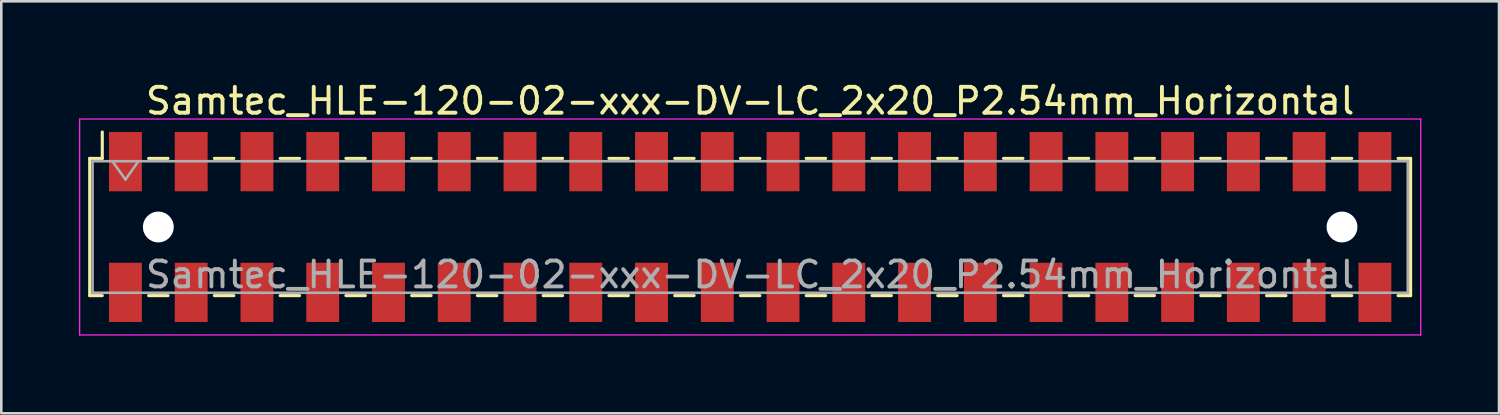
<source format=kicad_pcb>
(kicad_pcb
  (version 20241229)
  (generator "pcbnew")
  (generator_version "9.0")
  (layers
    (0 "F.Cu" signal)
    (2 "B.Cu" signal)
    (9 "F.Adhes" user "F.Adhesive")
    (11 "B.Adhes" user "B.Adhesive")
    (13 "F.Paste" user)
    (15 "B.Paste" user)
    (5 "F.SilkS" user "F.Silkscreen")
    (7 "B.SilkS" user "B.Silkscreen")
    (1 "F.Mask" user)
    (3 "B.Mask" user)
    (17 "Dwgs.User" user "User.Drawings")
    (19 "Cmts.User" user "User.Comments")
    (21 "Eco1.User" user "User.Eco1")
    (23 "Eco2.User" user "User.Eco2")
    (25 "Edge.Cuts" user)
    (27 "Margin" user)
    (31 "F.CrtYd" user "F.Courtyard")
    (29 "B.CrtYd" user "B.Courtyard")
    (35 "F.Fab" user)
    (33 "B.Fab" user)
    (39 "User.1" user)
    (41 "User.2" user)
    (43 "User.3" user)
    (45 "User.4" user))
  (footprint "Samtec_HLE-120-02-xxx-DV-LC_2x20_P2.54mm_Horizontal"
    (layer "F.Cu")
    (at 25.925 5.718)
    (property "Reference" "Samtec_HLE-120-02-xxx-DV-LC_2x20_P2.54mm_Horizontal" (at 0 -4.87 0) (layer "F.SilkS") (effects (font (size 1 1) (thickness 0.15))))
    (attr smd)
    (fp_line (start -25.51 -2.65) (end -25.51 2.65) (stroke (width 0.12) (type solid)) (layer "F.SilkS"))
    (fp_line (start -25.51 2.65) (end -25.025 2.65) (stroke (width 0.12) (type solid)) (layer "F.SilkS"))
    (fp_line (start -25.025 -3.67) (end -25.025 -2.65) (stroke (width 0.12) (type solid)) (layer "F.SilkS"))
    (fp_line (start -25.025 -2.65) (end -25.51 -2.65) (stroke (width 0.12) (type solid)) (layer "F.SilkS"))
    (fp_line (start -23.235 -2.65) (end -22.485 -2.65) (stroke (width 0.12) (type solid)) (layer "F.SilkS"))
    (fp_line (start -23.235 2.65) (end -22.485 2.65) (stroke (width 0.12) (type solid)) (layer "F.SilkS"))
    (fp_line (start -20.695 -2.65) (end -19.945 -2.65) (stroke (width 0.12) (type solid)) (layer "F.SilkS"))
    (fp_line (start -20.695 2.65) (end -19.945 2.65) (stroke (width 0.12) (type solid)) (layer "F.SilkS"))
    (fp_line (start -18.155 -2.65) (end -17.405 -2.65) (stroke (width 0.12) (type solid)) (layer "F.SilkS"))
    (fp_line (start -18.155 2.65) (end -17.405 2.65) (stroke (width 0.12) (type solid)) (layer "F.SilkS"))
    (fp_line (start -15.615 -2.65) (end -14.865 -2.65) (stroke (width 0.12) (type solid)) (layer "F.SilkS"))
    (fp_line (start -15.615 2.65) (end -14.865 2.65) (stroke (width 0.12) (type solid)) (layer "F.SilkS"))
    (fp_line (start -13.075 -2.65) (end -12.325 -2.65) (stroke (width 0.12) (type solid)) (layer "F.SilkS"))
    (fp_line (start -13.075 2.65) (end -12.325 2.65) (stroke (width 0.12) (type solid)) (layer "F.SilkS"))
    (fp_line (start -10.535 -2.65) (end -9.785 -2.65) (stroke (width 0.12) (type solid)) (layer "F.SilkS"))
    (fp_line (start -10.535 2.65) (end -9.785 2.65) (stroke (width 0.12) (type solid)) (layer "F.SilkS"))
    (fp_line (start -7.995 -2.65) (end -7.245 -2.65) (stroke (width 0.12) (type solid)) (layer "F.SilkS"))
    (fp_line (start -7.995 2.65) (end -7.245 2.65) (stroke (width 0.12) (type solid)) (layer "F.SilkS"))
    (fp_line (start -5.455 -2.65) (end -4.705 -2.65) (stroke (width 0.12) (type solid)) (layer "F.SilkS"))
    (fp_line (start -5.455 2.65) (end -4.705 2.65) (stroke (width 0.12) (type solid)) (layer "F.SilkS"))
    (fp_line (start -2.915 -2.65) (end -2.165 -2.65) (stroke (width 0.12) (type solid)) (layer "F.SilkS"))
    (fp_line (start -2.915 2.65) (end -2.165 2.65) (stroke (width 0.12) (type solid)) (layer "F.SilkS"))
    (fp_line (start -0.375 -2.65) (end 0.375 -2.65) (stroke (width 0.12) (type solid)) (layer "F.SilkS"))
    (fp_line (start -0.375 2.65) (end 0.375 2.65) (stroke (width 0.12) (type solid)) (layer "F.SilkS"))
    (fp_line (start 2.165 -2.65) (end 2.915 -2.65) (stroke (width 0.12) (type solid)) (layer "F.SilkS"))
    (fp_line (start 2.165 2.65) (end 2.915 2.65) (stroke (width 0.12) (type solid)) (layer "F.SilkS"))
    (fp_line (start 4.705 -2.65) (end 5.455 -2.65) (stroke (width 0.12) (type solid)) (layer "F.SilkS"))
    (fp_line (start 4.705 2.65) (end 5.455 2.65) (stroke (width 0.12) (type solid)) (layer "F.SilkS"))
    (fp_line (start 7.245 -2.65) (end 7.995 -2.65) (stroke (width 0.12) (type solid)) (layer "F.SilkS"))
    (fp_line (start 7.245 2.65) (end 7.995 2.65) (stroke (width 0.12) (type solid)) (layer "F.SilkS"))
    (fp_line (start 9.785 -2.65) (end 10.535 -2.65) (stroke (width 0.12) (type solid)) (layer "F.SilkS"))
    (fp_line (start 9.785 2.65) (end 10.535 2.65) (stroke (width 0.12) (type solid)) (layer "F.SilkS"))
    (fp_line (start 12.325 -2.65) (end 13.075 -2.65) (stroke (width 0.12) (type solid)) (layer "F.SilkS"))
    (fp_line (start 12.325 2.65) (end 13.075 2.65) (stroke (width 0.12) (type solid)) (layer "F.SilkS"))
    (fp_line (start 14.865 -2.65) (end 15.615 -2.65) (stroke (width 0.12) (type solid)) (layer "F.SilkS"))
    (fp_line (start 14.865 2.65) (end 15.615 2.65) (stroke (width 0.12) (type solid)) (layer "F.SilkS"))
    (fp_line (start 17.405 -2.65) (end 18.155 -2.65) (stroke (width 0.12) (type solid)) (layer "F.SilkS"))
    (fp_line (start 17.405 2.65) (end 18.155 2.65) (stroke (width 0.12) (type solid)) (layer "F.SilkS"))
    (fp_line (start 19.945 -2.65) (end 20.695 -2.65) (stroke (width 0.12) (type solid)) (layer "F.SilkS"))
    (fp_line (start 19.945 2.65) (end 20.695 2.65) (stroke (width 0.12) (type solid)) (layer "F.SilkS"))
    (fp_line (start 22.485 -2.65) (end 23.235 -2.65) (stroke (width 0.12) (type solid)) (layer "F.SilkS"))
    (fp_line (start 22.485 2.65) (end 23.235 2.65) (stroke (width 0.12) (type solid)) (layer "F.SilkS"))
    (fp_line (start 25.025 -2.65) (end 25.51 -2.65) (stroke (width 0.12) (type solid)) (layer "F.SilkS"))
    (fp_line (start 25.51 -2.65) (end 25.51 2.65) (stroke (width 0.12) (type solid)) (layer "F.SilkS"))
    (fp_line (start 25.51 2.65) (end 25.025 2.65) (stroke (width 0.12) (type solid)) (layer "F.SilkS"))
    (fp_line (start -25.9 -4.17) (end 25.9 -4.17) (stroke (width 0.05) (type solid)) (layer "F.CrtYd"))
    (fp_line (start -25.9 4.17) (end -25.9 -4.17) (stroke (width 0.05) (type solid)) (layer "F.CrtYd"))
    (fp_line (start 25.9 -4.17) (end 25.9 4.17) (stroke (width 0.05) (type solid)) (layer "F.CrtYd"))
    (fp_line (start 25.9 4.17) (end -25.9 4.17) (stroke (width 0.05) (type solid)) (layer "F.CrtYd"))
    (fp_line (start -25.4 -2.54) (end 25.4 -2.54) (stroke (width 0.1) (type solid)) (layer "F.Fab"))
    (fp_line (start -25.4 2.54) (end -25.4 -2.54) (stroke (width 0.1) (type solid)) (layer "F.Fab"))
    (fp_line (start -24.63 -2.54) (end -24.13 -1.833) (stroke (width 0.1) (type solid)) (layer "F.Fab"))
    (fp_line (start -24.13 -1.833) (end -23.63 -2.54) (stroke (width 0.1) (type solid)) (layer "F.Fab"))
    (fp_line (start 25.4 -2.54) (end 25.4 2.54) (stroke (width 0.1) (type solid)) (layer "F.Fab"))
    (fp_line (start 25.4 2.54) (end -25.4 2.54) (stroke (width 0.1) (type solid)) (layer "F.Fab"))
    (fp_text user "${REFERENCE}" (at 0 1.84 0) (layer "F.Fab") (effects (font (size 1 1) (thickness 0.15))))
    (pad "" np_thru_hole circle (at -22.86 0) (size 1.19 1.19) (drill 1.19) (layers "*.Cu" "*.Mask"))
    (pad "" np_thru_hole circle (at 22.86 0) (size 1.19 1.19) (drill 1.19) (layers "*.Cu" "*.Mask"))
    (pad "1" smd rect (at -24.13 -2.525) (size 1.27 2.29) (layers "F.Cu" "F.Mask" "F.Paste"))
    (pad "2" smd rect (at -24.13 2.525) (size 1.27 2.29) (layers "F.Cu" "F.Mask" "F.Paste"))
    (pad "3" smd rect (at -21.59 -2.525) (size 1.27 2.29) (layers "F.Cu" "F.Mask" "F.Paste"))
    (pad "4" smd rect (at -21.59 2.525) (size 1.27 2.29) (layers "F.Cu" "F.Mask" "F.Paste"))
    (pad "5" smd rect (at -19.05 -2.525) (size 1.27 2.29) (layers "F.Cu" "F.Mask" "F.Paste"))
    (pad "6" smd rect (at -19.05 2.525) (size 1.27 2.29) (layers "F.Cu" "F.Mask" "F.Paste"))
    (pad "7" smd rect (at -16.51 -2.525) (size 1.27 2.29) (layers "F.Cu" "F.Mask" "F.Paste"))
    (pad "8" smd rect (at -16.51 2.525) (size 1.27 2.29) (layers "F.Cu" "F.Mask" "F.Paste"))
    (pad "9" smd rect (at -13.97 -2.525) (size 1.27 2.29) (layers "F.Cu" "F.Mask" "F.Paste"))
    (pad "10" smd rect (at -13.97 2.525) (size 1.27 2.29) (layers "F.Cu" "F.Mask" "F.Paste"))
    (pad "11" smd rect (at -11.43 -2.525) (size 1.27 2.29) (layers "F.Cu" "F.Mask" "F.Paste"))
    (pad "12" smd rect (at -11.43 2.525) (size 1.27 2.29) (layers "F.Cu" "F.Mask" "F.Paste"))
    (pad "13" smd rect (at -8.89 -2.525) (size 1.27 2.29) (layers "F.Cu" "F.Mask" "F.Paste"))
    (pad "14" smd rect (at -8.89 2.525) (size 1.27 2.29) (layers "F.Cu" "F.Mask" "F.Paste"))
    (pad "15" smd rect (at -6.35 -2.525) (size 1.27 2.29) (layers "F.Cu" "F.Mask" "F.Paste"))
    (pad "16" smd rect (at -6.35 2.525) (size 1.27 2.29) (layers "F.Cu" "F.Mask" "F.Paste"))
    (pad "17" smd rect (at -3.81 -2.525) (size 1.27 2.29) (layers "F.Cu" "F.Mask" "F.Paste"))
    (pad "18" smd rect (at -3.81 2.525) (size 1.27 2.29) (layers "F.Cu" "F.Mask" "F.Paste"))
    (pad "19" smd rect (at -1.27 -2.525) (size 1.27 2.29) (layers "F.Cu" "F.Mask" "F.Paste"))
    (pad "20" smd rect (at -1.27 2.525) (size 1.27 2.29) (layers "F.Cu" "F.Mask" "F.Paste"))
    (pad "21" smd rect (at 1.27 -2.525) (size 1.27 2.29) (layers "F.Cu" "F.Mask" "F.Paste"))
    (pad "22" smd rect (at 1.27 2.525) (size 1.27 2.29) (layers "F.Cu" "F.Mask" "F.Paste"))
    (pad "23" smd rect (at 3.81 -2.525) (size 1.27 2.29) (layers "F.Cu" "F.Mask" "F.Paste"))
    (pad "24" smd rect (at 3.81 2.525) (size 1.27 2.29) (layers "F.Cu" "F.Mask" "F.Paste"))
    (pad "25" smd rect (at 6.35 -2.525) (size 1.27 2.29) (layers "F.Cu" "F.Mask" "F.Paste"))
    (pad "26" smd rect (at 6.35 2.525) (size 1.27 2.29) (layers "F.Cu" "F.Mask" "F.Paste"))
    (pad "27" smd rect (at 8.89 -2.525) (size 1.27 2.29) (layers "F.Cu" "F.Mask" "F.Paste"))
    (pad "28" smd rect (at 8.89 2.525) (size 1.27 2.29) (layers "F.Cu" "F.Mask" "F.Paste"))
    (pad "29" smd rect (at 11.43 -2.525) (size 1.27 2.29) (layers "F.Cu" "F.Mask" "F.Paste"))
    (pad "30" smd rect (at 11.43 2.525) (size 1.27 2.29) (layers "F.Cu" "F.Mask" "F.Paste"))
    (pad "31" smd rect (at 13.97 -2.525) (size 1.27 2.29) (layers "F.Cu" "F.Mask" "F.Paste"))
    (pad "32" smd rect (at 13.97 2.525) (size 1.27 2.29) (layers "F.Cu" "F.Mask" "F.Paste"))
    (pad "33" smd rect (at 16.51 -2.525) (size 1.27 2.29) (layers "F.Cu" "F.Mask" "F.Paste"))
    (pad "34" smd rect (at 16.51 2.525) (size 1.27 2.29) (layers "F.Cu" "F.Mask" "F.Paste"))
    (pad "35" smd rect (at 19.05 -2.525) (size 1.27 2.29) (layers "F.Cu" "F.Mask" "F.Paste"))
    (pad "36" smd rect (at 19.05 2.525) (size 1.27 2.29) (layers "F.Cu" "F.Mask" "F.Paste"))
    (pad "37" smd rect (at 21.59 -2.525) (size 1.27 2.29) (layers "F.Cu" "F.Mask" "F.Paste"))
    (pad "38" smd rect (at 21.59 2.525) (size 1.27 2.29) (layers "F.Cu" "F.Mask" "F.Paste"))
    (pad "39" smd rect (at 24.13 -2.525) (size 1.27 2.29) (layers "F.Cu" "F.Mask" "F.Paste"))
    (pad "40" smd rect (at 24.13 2.525) (size 1.27 2.29) (layers "F.Cu" "F.Mask" "F.Paste")))
  (gr_rect
    (start -3 -3)
    (end 54.85 12.913)
    (stroke (width 0.1) (type default))
    (fill no)
    (layer "Edge.Cuts")))
</source>
